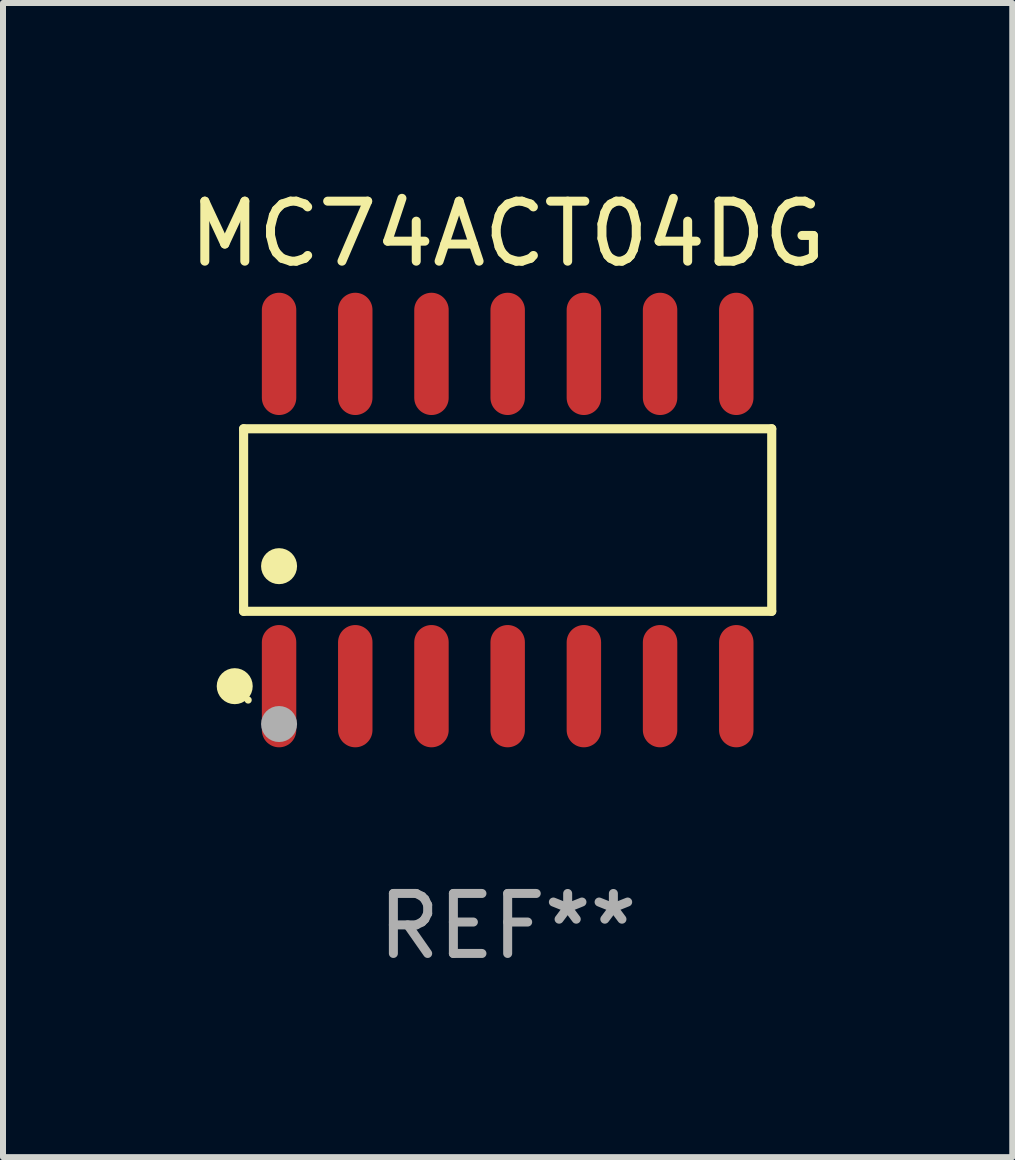
<source format=kicad_pcb>
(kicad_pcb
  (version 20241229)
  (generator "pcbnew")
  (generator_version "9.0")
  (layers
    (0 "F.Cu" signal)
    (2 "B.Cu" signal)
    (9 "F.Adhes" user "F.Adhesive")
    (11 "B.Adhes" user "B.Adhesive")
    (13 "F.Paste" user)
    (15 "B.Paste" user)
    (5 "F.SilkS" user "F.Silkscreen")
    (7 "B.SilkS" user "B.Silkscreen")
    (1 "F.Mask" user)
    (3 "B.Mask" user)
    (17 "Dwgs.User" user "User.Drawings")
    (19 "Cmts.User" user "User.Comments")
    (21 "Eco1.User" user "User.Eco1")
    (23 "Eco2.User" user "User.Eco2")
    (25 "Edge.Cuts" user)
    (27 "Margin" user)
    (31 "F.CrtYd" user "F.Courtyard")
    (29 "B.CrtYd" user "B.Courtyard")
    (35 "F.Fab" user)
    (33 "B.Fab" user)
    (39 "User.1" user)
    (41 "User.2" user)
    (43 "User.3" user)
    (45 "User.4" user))
  (footprint "MC74ACT04DG"
    (layer "F.Cu")
    (at 5.411 5.617)
    (property "Reference" "MC74ACT04DG" (at 0 -4.769 0) (layer "F.SilkS") (effects (font (size 1 1) (thickness 0.15))))
    (attr through_hole)
    (fp_line (start -4.401 -1.521) (end 4.401 -1.521) (stroke (width 0.152) (type solid)) (layer "F.SilkS"))
    (fp_line (start -4.401 1.521) (end -4.401 -1.521) (stroke (width 0.152) (type solid)) (layer "F.SilkS"))
    (fp_line (start 4.401 -1.521) (end 4.401 1.521) (stroke (width 0.152) (type solid)) (layer "F.SilkS"))
    (fp_line (start 4.401 1.521) (end -4.401 1.521) (stroke (width 0.152) (type solid)) (layer "F.SilkS"))
    (fp_circle (center -4.549 2.769) (end -4.399 2.769) (stroke (width 0.3) (type solid)) (fill no) (layer "F.SilkS"))
    (fp_circle (center -4.325 3) (end -4.295 3) (stroke (width 0.06) (type solid)) (fill no) (layer "F.SilkS"))
    (fp_circle (center -3.81 0.769) (end -3.66 0.769) (stroke (width 0.3) (type solid)) (fill no) (layer "F.SilkS"))
    (fp_circle (center -3.81 3.4) (end -3.66 3.4) (stroke (width 0.3) (type solid)) (fill no) (layer "F.Fab"))
    (fp_text user "REF**" (at 0 6.769 0) (layer "F.Fab") (effects (font (size 1 1) (thickness 0.15))))
    (pad "1" smd oval (at -3.81 2.769) (size 0.574 2.038) (layers "F.Cu" "F.Mask" "F.Paste"))
    (pad "2" smd oval (at -2.54 2.769) (size 0.574 2.038) (layers "F.Cu" "F.Mask" "F.Paste"))
    (pad "3" smd oval (at -1.27 2.769) (size 0.574 2.038) (layers "F.Cu" "F.Mask" "F.Paste"))
    (pad "4" smd oval (at 0 2.769) (size 0.574 2.038) (layers "F.Cu" "F.Mask" "F.Paste"))
    (pad "5" smd oval (at 1.27 2.769) (size 0.574 2.038) (layers "F.Cu" "F.Mask" "F.Paste"))
    (pad "6" smd oval (at 2.54 2.769) (size 0.574 2.038) (layers "F.Cu" "F.Mask" "F.Paste"))
    (pad "7" smd oval (at 3.81 2.769) (size 0.574 2.038) (layers "F.Cu" "F.Mask" "F.Paste"))
    (pad "8" smd oval (at 3.81 -2.769) (size 0.574 2.038) (layers "F.Cu" "F.Mask" "F.Paste"))
    (pad "9" smd oval (at 2.54 -2.769) (size 0.574 2.038) (layers "F.Cu" "F.Mask" "F.Paste"))
    (pad "10" smd oval (at 1.27 -2.769) (size 0.574 2.038) (layers "F.Cu" "F.Mask" "F.Paste"))
    (pad "11" smd oval (at 0 -2.769) (size 0.574 2.038) (layers "F.Cu" "F.Mask" "F.Paste"))
    (pad "12" smd oval (at -1.27 -2.769) (size 0.574 2.038) (layers "F.Cu" "F.Mask" "F.Paste"))
    (pad "13" smd oval (at -2.54 -2.769) (size 0.574 2.038) (layers "F.Cu" "F.Mask" "F.Paste"))
    (pad "14" smd oval (at -3.81 -2.769) (size 0.574 2.038) (layers "F.Cu" "F.Mask" "F.Paste")))
  (gr_rect
    (start -3 -3)
    (end 13.821 16.235)
    (stroke (width 0.1) (type default))
    (fill no)
    (layer "Edge.Cuts")))
</source>
